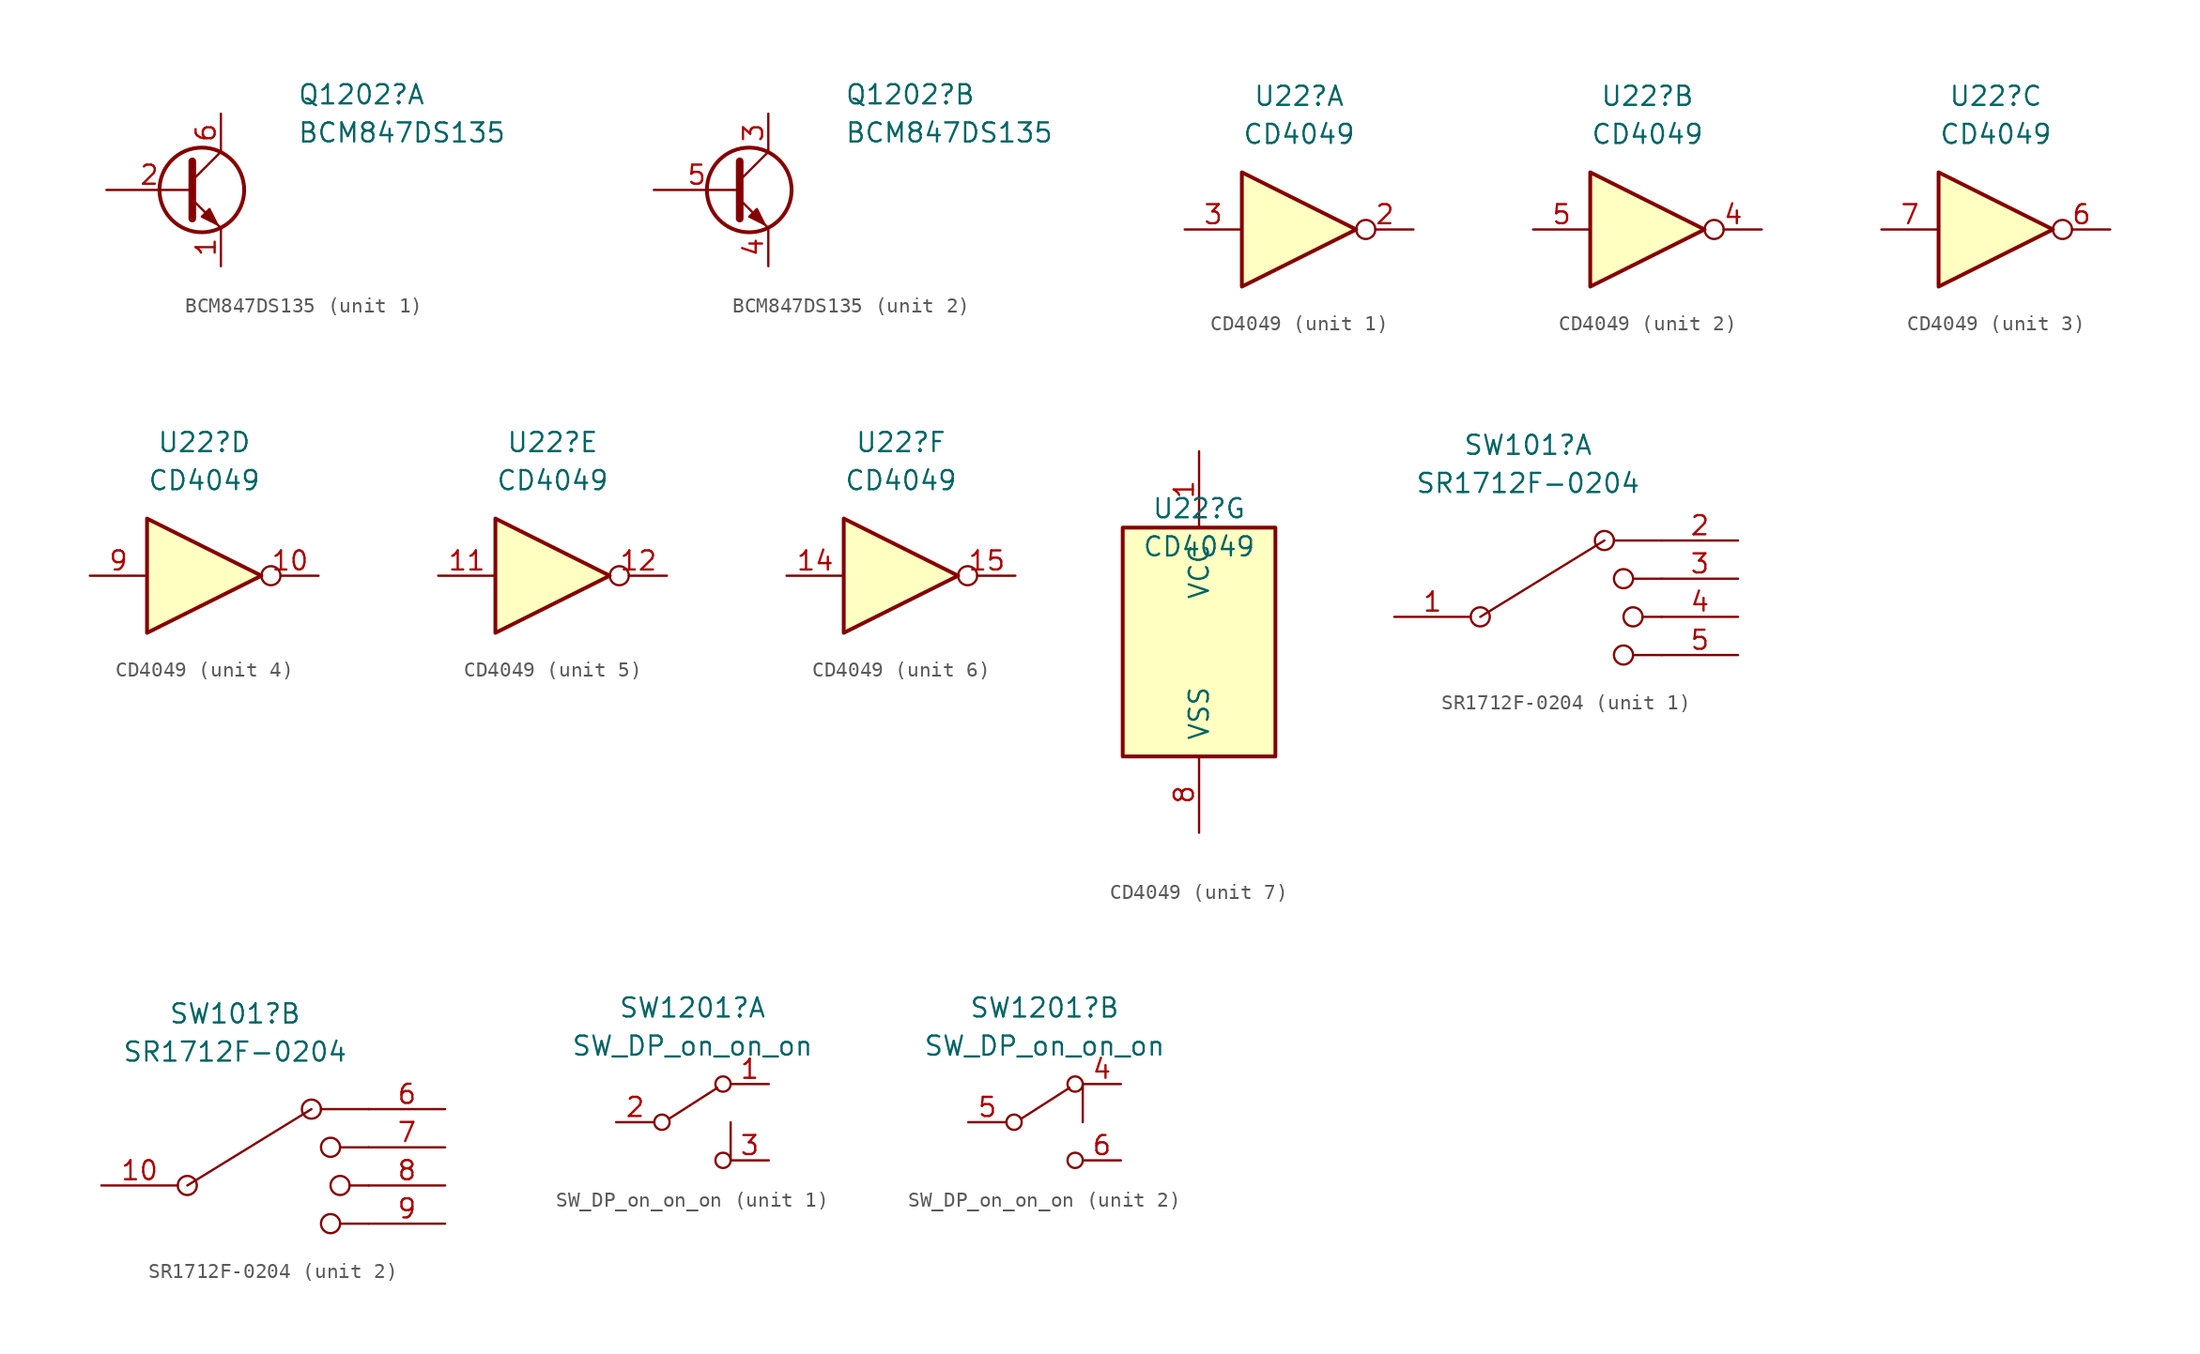
<source format=kicad_sym>
(kicad_symbol_lib
  (version 20211014)
  (generator kicad_symbol_editor)
  (symbol "BCM847DS135"
    (pin_names
      (offset 0) hide)
    (property "Reference" "Q1202"
      (at 7.62 6.35 0)
      (effects (font (size 1.27 1.27)) (justify left)))
    (property "Value" "BCM847DS135"
      (at 7.62 3.81 0)
      (effects (font (size 1.27 1.27)) (justify left)))
    (symbol "BCM847DS135_0_1"
      (polyline (pts (xy 0.635 0.635) (xy 2.54 2.54)) (stroke (width 0) (type default) (color 0 0 0 0)) (fill (type none)))
      (polyline (pts (xy 0.635 -0.635) (xy 2.54 -2.54) (xy 2.54 -2.54)) (stroke (width 0) (type default) (color 0 0 0 0)) (fill (type none)))
      (polyline (pts (xy 0.635 1.905) (xy 0.635 -1.905) (xy 0.635 -1.905)) (stroke (width 0.508) (type default) (color 0 0 0 0)) (fill (type none)))
      (polyline (pts (xy 1.27 -1.778) (xy 1.778 -1.27) (xy 2.286 -2.286) (xy 1.27 -1.778) (xy 1.27 -1.778)) (stroke (width 0) (type default) (color 0 0 0 0)) (fill (type outline)))
      (circle (center 1.27 0) (radius 2.819) (stroke (width 0.254) (type default) (color 0 0 0 0)) (fill (type none))))
    (symbol "BCM847DS135_1_1"
      (pin passive line (at 2.54 -5.08 90) (length 2.54) (name "E" (effects (font (size 1.27 1.27)))) (number "1" (effects (font (size 1.27 1.27)))))
      (pin passive line (at -5.08 0 0) (length 5.715) (name "B" (effects (font (size 1.27 1.27)))) (number "2" (effects (font (size 1.27 1.27)))))
      (pin passive line (at 2.54 5.08 270) (length 2.54) (name "C" (effects (font (size 1.27 1.27)))) (number "6" (effects (font (size 1.27 1.27))))))
    (symbol "BCM847DS135_2_1"
      (pin passive line (at 2.54 5.08 270) (length 2.54) (name "C" (effects (font (size 1.27 1.27)))) (number "3" (effects (font (size 1.27 1.27)))))
      (pin passive line (at 2.54 -5.08 90) (length 2.54) (name "E" (effects (font (size 1.27 1.27)))) (number "4" (effects (font (size 1.27 1.27)))))
      (pin passive line (at -5.08 0 0) (length 5.715) (name "B" (effects (font (size 1.27 1.27)))) (number "5" (effects (font (size 1.27 1.27)))))))
  (symbol "CD4049"
    (pin_names
      (offset 1.016))
    (property "Reference" "U22"
      (at 0 8.89 0)
      (effects (font (size 1.27 1.27))))
    (property "Value" "CD4049"
      (at 0 6.35 0)
      (effects (font (size 1.27 1.27))))
    (property "ki_locked" ""
      (at 0 0 0)
      (effects (font (size 1.27 1.27))))
    (symbol "CD4049_1_0"
      (polyline (pts (xy -3.81 3.81) (xy -3.81 -3.81) (xy 3.81 0) (xy -3.81 3.81)) (stroke (width 0.254) (type default) (color 0 0 0 0)) (fill (type background)))
      (pin passive inverted (at 7.62 0 180) (length 3.81) (name "~" (effects (font (size 1.27 1.27)))) (number "2" (effects (font (size 1.27 1.27)))))
      (pin input line (at -7.62 0 0) (length 3.81) (name "~" (effects (font (size 1.27 1.27)))) (number "3" (effects (font (size 1.27 1.27))))))
    (symbol "CD4049_2_0"
      (polyline (pts (xy -3.81 3.81) (xy -3.81 -3.81) (xy 3.81 0) (xy -3.81 3.81)) (stroke (width 0.254) (type default) (color 0 0 0 0)) (fill (type background)))
      (pin passive inverted (at 7.62 0 180) (length 3.81) (name "~" (effects (font (size 1.27 1.27)))) (number "4" (effects (font (size 1.27 1.27)))))
      (pin input line (at -7.62 0 0) (length 3.81) (name "~" (effects (font (size 1.27 1.27)))) (number "5" (effects (font (size 1.27 1.27))))))
    (symbol "CD4049_3_0"
      (polyline (pts (xy -3.81 3.81) (xy -3.81 -3.81) (xy 3.81 0) (xy -3.81 3.81)) (stroke (width 0.254) (type default) (color 0 0 0 0)) (fill (type background)))
      (pin passive inverted (at 7.62 0 180) (length 3.81) (name "~" (effects (font (size 1.27 1.27)))) (number "6" (effects (font (size 1.27 1.27)))))
      (pin input line (at -7.62 0 0) (length 3.81) (name "~" (effects (font (size 1.27 1.27)))) (number "7" (effects (font (size 1.27 1.27))))))
    (symbol "CD4049_4_0"
      (polyline (pts (xy -3.81 3.81) (xy -3.81 -3.81) (xy 3.81 0) (xy -3.81 3.81)) (stroke (width 0.254) (type default) (color 0 0 0 0)) (fill (type background)))
      (pin passive inverted (at 7.62 0 180) (length 3.81) (name "~" (effects (font (size 1.27 1.27)))) (number "10" (effects (font (size 1.27 1.27)))))
      (pin input line (at -7.62 0 0) (length 3.81) (name "~" (effects (font (size 1.27 1.27)))) (number "9" (effects (font (size 1.27 1.27))))))
    (symbol "CD4049_5_0"
      (polyline (pts (xy -3.81 3.81) (xy -3.81 -3.81) (xy 3.81 0) (xy -3.81 3.81)) (stroke (width 0.254) (type default) (color 0 0 0 0)) (fill (type background)))
      (pin input line (at -7.62 0 0) (length 3.81) (name "~" (effects (font (size 1.27 1.27)))) (number "11" (effects (font (size 1.27 1.27)))))
      (pin passive inverted (at 7.62 0 180) (length 3.81) (name "~" (effects (font (size 1.27 1.27)))) (number "12" (effects (font (size 1.27 1.27))))))
    (symbol "CD4049_6_0"
      (polyline (pts (xy -3.81 3.81) (xy -3.81 -3.81) (xy 3.81 0) (xy -3.81 3.81)) (stroke (width 0.254) (type default) (color 0 0 0 0)) (fill (type background)))
      (pin input line (at -7.62 0 0) (length 3.81) (name "~" (effects (font (size 1.27 1.27)))) (number "14" (effects (font (size 1.27 1.27)))))
      (pin passive inverted (at 7.62 0 180) (length 3.81) (name "~" (effects (font (size 1.27 1.27)))) (number "15" (effects (font (size 1.27 1.27))))))
    (symbol "CD4049_7_0"
      (pin power_in line (at 0 12.7 270) (length 5.08) (name "VCC" (effects (font (size 1.27 1.27)))) (number "1" (effects (font (size 1.27 1.27)))))
      (pin power_in line (at 0 -12.7 90) (length 5.08) (name "VSS" (effects (font (size 1.27 1.27)))) (number "8" (effects (font (size 1.27 1.27))))))
    (symbol "CD4049_7_1"
      (rectangle (start -5.08 7.62) (end 5.08 -7.62) (stroke (width 0.254) (type default) (color 0 0 0 0)) (fill (type background)))))
  (symbol "SR1712F-0204"
    (pin_names
      (offset 1.016) hide)
    (property "Reference" "SW101"
      (at -1.27 11.43 0)
      (effects (font (size 1.27 1.27))))
    (property "Value" "SR1712F-0204"
      (at -1.27 8.89 0)
      (effects (font (size 1.27 1.27))))
    (property "ki_locked" ""
      (at 0 0 0)
      (effects (font (size 1.27 1.27))))
    (symbol "SR1712F-0204_0_0"
      (circle (center -4.445 0) (radius 0.635) (stroke (width 0) (type default) (color 0 0 0 0)) (fill (type none)))
      (polyline (pts (xy -4.445 0) (xy 3.81 5.08)) (stroke (width 0) (type default) (color 0 0 0 0)) (fill (type none)))
      (polyline (pts (xy 4.445 5.08) (xy 7.62 5.08)) (stroke (width 0) (type default) (color 0 0 0 0)) (fill (type none)))
      (polyline (pts (xy 5.715 -2.54) (xy 7.62 -2.54)) (stroke (width 0) (type default) (color 0 0 0 0)) (fill (type none)))
      (polyline (pts (xy 5.715 2.54) (xy 7.62 2.54)) (stroke (width 0) (type default) (color 0 0 0 0)) (fill (type none)))
      (polyline (pts (xy 6.35 0) (xy 7.62 0)) (stroke (width 0) (type default) (color 0 0 0 0)) (fill (type none)))
      (circle (center 3.81 5.08) (radius 0.635) (stroke (width 0) (type default) (color 0 0 0 0)) (fill (type none)))
      (circle (center 5.08 -2.54) (radius 0.635) (stroke (width 0) (type default) (color 0 0 0 0)) (fill (type none)))
      (circle (center 5.08 2.54) (radius 0.635) (stroke (width 0) (type default) (color 0 0 0 0)) (fill (type none)))
      (circle (center 5.715 0) (radius 0.635) (stroke (width 0) (type default) (color 0 0 0 0)) (fill (type none))))
    (symbol "SR1712F-0204_1_1"
      (pin passive line (at -10.16 0 0) (length 5.08) (name "1" (effects (font (size 1.27 1.27)))) (number "1" (effects (font (size 1.27 1.27)))))
      (pin passive line (at 12.7 5.08 180) (length 5.08) (name "2" (effects (font (size 1.27 1.27)))) (number "2" (effects (font (size 1.27 1.27)))))
      (pin passive line (at 12.7 2.54 180) (length 5.08) (name "3" (effects (font (size 1.27 1.27)))) (number "3" (effects (font (size 1.27 1.27)))))
      (pin passive line (at 12.7 0 180) (length 5.08) (name "4" (effects (font (size 1.27 1.27)))) (number "4" (effects (font (size 1.27 1.27)))))
      (pin passive line (at 12.7 -2.54 180) (length 5.08) (name "5" (effects (font (size 1.27 1.27)))) (number "5" (effects (font (size 1.27 1.27))))))
    (symbol "SR1712F-0204_2_1"
      (pin passive line (at -10.16 0 0) (length 5.08) (name "10" (effects (font (size 1.27 1.27)))) (number "10" (effects (font (size 1.27 1.27)))))
      (pin passive line (at 12.7 5.08 180) (length 5.08) (name "6" (effects (font (size 1.27 1.27)))) (number "6" (effects (font (size 1.27 1.27)))))
      (pin passive line (at 12.7 2.54 180) (length 5.08) (name "7" (effects (font (size 1.27 1.27)))) (number "7" (effects (font (size 1.27 1.27)))))
      (pin passive line (at 12.7 0 180) (length 5.08) (name "8" (effects (font (size 1.27 1.27)))) (number "8" (effects (font (size 1.27 1.27)))))
      (pin passive line (at 12.7 -2.54 180) (length 5.08) (name "9" (effects (font (size 1.27 1.27)))) (number "9" (effects (font (size 1.27 1.27)))))))
  (symbol "SW_DP_on_on_on"
    (pin_names
      (offset 0) hide)
    (property "Reference" "SW1201"
      (at 0 7.62 0)
      (effects (font (size 1.27 1.27))))
    (property "Value" "SW_DP_on_on_on"
      (at 0 5.08 0)
      (effects (font (size 1.27 1.27))))
    (symbol "SW_DP_on_on_on_0_0"
      (circle (center -2.032 0) (radius 0.508) (stroke (width 0) (type default) (color 0 0 0 0)) (fill (type none)))
      (circle (center 2.032 -2.54) (radius 0.508) (stroke (width 0) (type default) (color 0 0 0 0)) (fill (type none))))
    (symbol "SW_DP_on_on_on_0_1"
      (polyline (pts (xy -1.524 0.254) (xy 1.651 2.286)) (stroke (width 0) (type default) (color 0 0 0 0)) (fill (type none)))
      (circle (center 2.032 2.54) (radius 0.508) (stroke (width 0) (type default) (color 0 0 0 0)) (fill (type none))))
    (symbol "SW_DP_on_on_on_1_1"
      (polyline (pts (xy 2.54 -2.54) (xy 2.54 0)) (stroke (width 0) (type default) (color 0 0 0 0)) (fill (type none)))
      (pin passive line (at 5.08 2.54 180) (length 2.54) (name "A" (effects (font (size 1.27 1.27)))) (number "1" (effects (font (size 1.27 1.27)))))
      (pin passive line (at -5.08 0 0) (length 2.54) (name "B" (effects (font (size 1.27 1.27)))) (number "2" (effects (font (size 1.27 1.27)))))
      (pin passive line (at 5.08 -2.54 180) (length 2.54) (name "C" (effects (font (size 1.27 1.27)))) (number "3" (effects (font (size 1.27 1.27))))))
    (symbol "SW_DP_on_on_on_2_1"
      (polyline (pts (xy 2.54 2.54) (xy 2.54 0)) (stroke (width 0) (type default) (color 0 0 0 0)) (fill (type none)))
      (pin passive line (at 5.08 2.54 180) (length 2.54) (name "A" (effects (font (size 1.27 1.27)))) (number "4" (effects (font (size 1.27 1.27)))))
      (pin passive line (at -5.08 0 0) (length 2.54) (name "B" (effects (font (size 1.27 1.27)))) (number "5" (effects (font (size 1.27 1.27)))))
      (pin passive line (at 5.08 -2.54 180) (length 2.54) (name "C" (effects (font (size 1.27 1.27)))) (number "6" (effects (font (size 1.27 1.27))))))))
</source>
